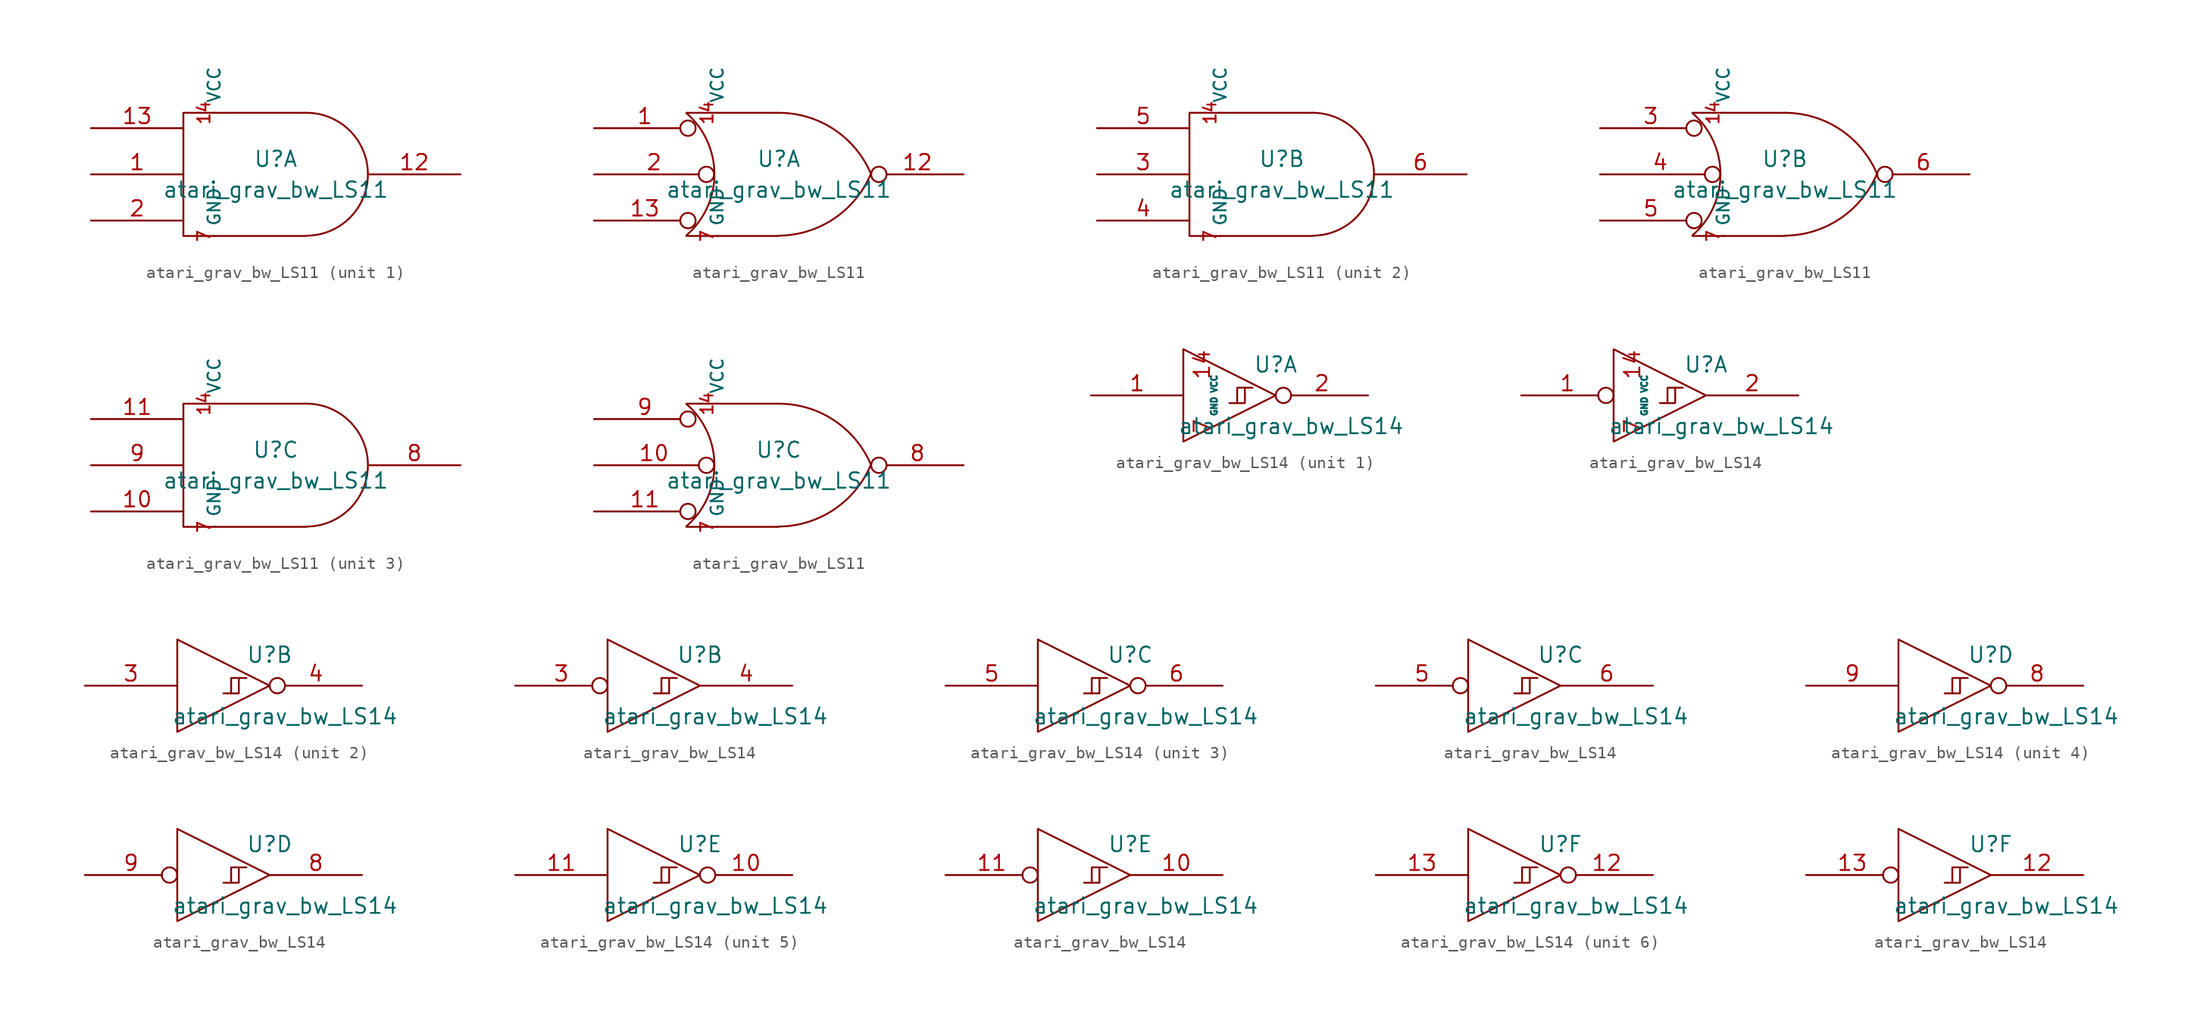
<source format=kicad_sym>
(kicad_symbol_lib
  (version 20211014)
  (generator kicad_symbol_editor)
  (symbol "atari_grav_bw_LS11"
    (pin_names
      (offset 0.762))
    (property "Reference" "U"
      (at 0 1.27 0)
      (effects (font (size 1.27 1.27))))
    (property "Value" "atari_grav_bw_LS11"
      (at 0 -1.27 0)
      (effects (font (size 1.27 1.27))))
    (symbol "atari_grav_bw_LS11_0_0"
      (pin power_in line (at -5.08 5.08 90) (length 0) (name "VCC" (effects (font (size 1.016 1.016)))) (number "14" (effects (font (size 1.016 1.016)))))
      (pin power_in line (at -5.08 -5.08 90) (length 0) (name "GND" (effects (font (size 1.016 1.016)))) (number "7" (effects (font (size 1.016 1.016))))))
    (symbol "atari_grav_bw_LS11_0_1"
      (polyline (pts (xy 2.54 5.08) (xy -7.62 5.08) (xy -7.62 -5.08) (xy 2.54 -5.08)) (stroke (width 0) (type default) (color 0 0 0 0)) (fill (type none)))
      (arc (start 2.5654 -5.0546) (mid 7.5947 0.0001) (end 2.5654 5.08) (stroke (width 0) (type default) (color 0 0 0 0)) (fill (type none))))
    (symbol "atari_grav_bw_LS11_0_2"
      (arc (start -7.62 -5.0292) (mid -5.3094 0.0082) (end -7.62 5.0546) (stroke (width 0.1524) (type default) (color 0 0 0 0)) (fill (type none)))
      (arc (start 0 -5.0546) (mid 4.5632 -3.6449) (end 7.5946 0.0508) (stroke (width 0.1524) (type default) (color 0 0 0 0)) (fill (type none)))
      (polyline (pts (xy -7.62 -5.08) (xy 0 -5.08)) (stroke (width 0.152) (type default) (color 0 0 0 0)) (fill (type none)))
      (polyline (pts (xy -7.62 5.08) (xy 0 5.08)) (stroke (width 0.152) (type default) (color 0 0 0 0)) (fill (type none)))
      (arc (start 7.62 0) (mid 4.5791 3.6936) (end 0 5.08) (stroke (width 0.1524) (type default) (color 0 0 0 0)) (fill (type none))))
    (symbol "atari_grav_bw_LS11_1_1"
      (pin input line (at -15.24 0 0) (length 7.62) (name "~" (effects (font (size 1.27 1.27)))) (number "1" (effects (font (size 1.27 1.27)))))
      (pin output line (at 15.24 0 180) (length 7.62) (name "~" (effects (font (size 1.27 1.27)))) (number "12" (effects (font (size 1.27 1.27)))))
      (pin input line (at -15.24 3.81 0) (length 7.62) (name "~" (effects (font (size 1.27 1.27)))) (number "13" (effects (font (size 1.27 1.27)))))
      (pin input line (at -15.24 -3.81 0) (length 7.62) (name "~" (effects (font (size 1.27 1.27)))) (number "2" (effects (font (size 1.27 1.27))))))
    (symbol "atari_grav_bw_LS11_1_2"
      (pin input inverted (at -15.24 3.81 0) (length 8.382) (name "~" (effects (font (size 1.27 1.27)))) (number "1" (effects (font (size 1.27 1.27)))))
      (pin output inverted (at 15.24 0 180) (length 7.62) (name "~" (effects (font (size 1.27 1.27)))) (number "12" (effects (font (size 1.27 1.27)))))
      (pin input inverted (at -15.24 -3.81 0) (length 8.382) (name "~" (effects (font (size 1.27 1.27)))) (number "13" (effects (font (size 1.27 1.27)))))
      (pin input inverted (at -15.24 0 0) (length 9.906) (name "~" (effects (font (size 1.27 1.27)))) (number "2" (effects (font (size 1.27 1.27))))))
    (symbol "atari_grav_bw_LS11_2_1"
      (pin input line (at -15.24 0 0) (length 7.62) (name "~" (effects (font (size 1.27 1.27)))) (number "3" (effects (font (size 1.27 1.27)))))
      (pin input line (at -15.24 -3.81 0) (length 7.62) (name "~" (effects (font (size 1.27 1.27)))) (number "4" (effects (font (size 1.27 1.27)))))
      (pin input line (at -15.24 3.81 0) (length 7.62) (name "~" (effects (font (size 1.27 1.27)))) (number "5" (effects (font (size 1.27 1.27)))))
      (pin output line (at 15.24 0 180) (length 7.62) (name "~" (effects (font (size 1.27 1.27)))) (number "6" (effects (font (size 1.27 1.27))))))
    (symbol "atari_grav_bw_LS11_2_2"
      (pin input inverted (at -15.24 3.81 0) (length 8.382) (name "~" (effects (font (size 1.27 1.27)))) (number "3" (effects (font (size 1.27 1.27)))))
      (pin input inverted (at -15.24 0 0) (length 9.906) (name "~" (effects (font (size 1.27 1.27)))) (number "4" (effects (font (size 1.27 1.27)))))
      (pin input inverted (at -15.24 -3.81 0) (length 8.382) (name "~" (effects (font (size 1.27 1.27)))) (number "5" (effects (font (size 1.27 1.27)))))
      (pin output inverted (at 15.24 0 180) (length 7.62) (name "~" (effects (font (size 1.27 1.27)))) (number "6" (effects (font (size 1.27 1.27))))))
    (symbol "atari_grav_bw_LS11_3_1"
      (pin input line (at -15.24 -3.81 0) (length 7.62) (name "~" (effects (font (size 1.27 1.27)))) (number "10" (effects (font (size 1.27 1.27)))))
      (pin input line (at -15.24 3.81 0) (length 7.62) (name "~" (effects (font (size 1.27 1.27)))) (number "11" (effects (font (size 1.27 1.27)))))
      (pin output line (at 15.24 0 180) (length 7.62) (name "~" (effects (font (size 1.27 1.27)))) (number "8" (effects (font (size 1.27 1.27)))))
      (pin input line (at -15.24 0 0) (length 7.62) (name "~" (effects (font (size 1.27 1.27)))) (number "9" (effects (font (size 1.27 1.27))))))
    (symbol "atari_grav_bw_LS11_3_2"
      (pin input inverted (at -15.24 0 0) (length 9.906) (name "~" (effects (font (size 1.27 1.27)))) (number "10" (effects (font (size 1.27 1.27)))))
      (pin input inverted (at -15.24 -3.81 0) (length 8.382) (name "~" (effects (font (size 1.27 1.27)))) (number "11" (effects (font (size 1.27 1.27)))))
      (pin output inverted (at 15.24 0 180) (length 7.62) (name "~" (effects (font (size 1.27 1.27)))) (number "8" (effects (font (size 1.27 1.27)))))
      (pin input inverted (at -15.24 3.81 0) (length 8.382) (name "~" (effects (font (size 1.27 1.27)))) (number "9" (effects (font (size 1.27 1.27)))))))
  (symbol "atari_grav_bw_LS14"
    (pin_names
      (offset 0.762))
    (property "Reference" "U"
      (at 3.81 2.54 0)
      (effects (font (size 1.27 1.27))))
    (property "Value" "atari_grav_bw_LS14"
      (at 5.08 -2.54 0)
      (effects (font (size 1.27 1.27))))
    (symbol "atari_grav_bw_LS14_0_0"
      (polyline (pts (xy -3.81 3.81) (xy -3.81 -3.81) (xy 3.81 0) (xy -3.81 3.81)) (stroke (width 0) (type default) (color 0 0 0 0)) (fill (type none))))
    (symbol "atari_grav_bw_LS14_0_1"
      (polyline (pts (xy 1.27 0.635) (xy 1.27 -0.635) (xy 0.635 -0.635)) (stroke (width 0) (type default) (color 0 0 0 0)) (fill (type none)))
      (polyline (pts (xy 1.905 0.635) (xy 0.635 0.635) (xy 0.635 -0.635) (xy 0 -0.635)) (stroke (width 0) (type default) (color 0 0 0 0)) (fill (type none))))
    (symbol "atari_grav_bw_LS14_0_2"
      (polyline (pts (xy 1.27 0.635) (xy 1.27 -0.635) (xy 0.635 -0.635)) (stroke (width 0) (type default) (color 0 0 0 0)) (fill (type none)))
      (polyline (pts (xy 1.905 0.635) (xy 0.635 0.635) (xy 0.635 -0.635) (xy 0 -0.635)) (stroke (width 0) (type default) (color 0 0 0 0)) (fill (type none))))
    (symbol "atari_grav_bw_LS14_1_0"
      (pin power_in line (at -1.27 2.54 270) (length 0) (name "VCC" (effects (font (size 0.508 0.508)))) (number "14" (effects (font (size 1.27 1.27)))))
      (pin power_in line (at -1.27 -2.54 90) (length 0) (name "GND" (effects (font (size 0.508 0.508)))) (number "7" (effects (font (size 1.27 1.27))))))
    (symbol "atari_grav_bw_LS14_1_1"
      (pin input line (at -11.43 0 0) (length 7.62) (name "~" (effects (font (size 1.27 1.27)))) (number "1" (effects (font (size 1.27 1.27)))))
      (pin output inverted (at 11.43 0 180) (length 7.62) (name "~" (effects (font (size 1.27 1.27)))) (number "2" (effects (font (size 1.27 1.27))))))
    (symbol "atari_grav_bw_LS14_1_2"
      (pin input inverted (at -11.43 0 0) (length 7.62) (name "~" (effects (font (size 1.27 1.27)))) (number "1" (effects (font (size 1.27 1.27)))))
      (pin output line (at 11.43 0 180) (length 7.62) (name "~" (effects (font (size 1.27 1.27)))) (number "2" (effects (font (size 1.27 1.27))))))
    (symbol "atari_grav_bw_LS14_2_1"
      (pin input line (at -11.43 0 0) (length 7.62) (name "~" (effects (font (size 1.27 1.27)))) (number "3" (effects (font (size 1.27 1.27)))))
      (pin output inverted (at 11.43 0 180) (length 7.62) (name "~" (effects (font (size 1.27 1.27)))) (number "4" (effects (font (size 1.27 1.27))))))
    (symbol "atari_grav_bw_LS14_2_2"
      (pin input inverted (at -11.43 0 0) (length 7.62) (name "~" (effects (font (size 1.27 1.27)))) (number "3" (effects (font (size 1.27 1.27)))))
      (pin output line (at 11.43 0 180) (length 7.62) (name "~" (effects (font (size 1.27 1.27)))) (number "4" (effects (font (size 1.27 1.27))))))
    (symbol "atari_grav_bw_LS14_3_1"
      (pin input line (at -11.43 0 0) (length 7.62) (name "~" (effects (font (size 1.27 1.27)))) (number "5" (effects (font (size 1.27 1.27)))))
      (pin output inverted (at 11.43 0 180) (length 7.62) (name "~" (effects (font (size 1.27 1.27)))) (number "6" (effects (font (size 1.27 1.27))))))
    (symbol "atari_grav_bw_LS14_3_2"
      (pin input inverted (at -11.43 0 0) (length 7.62) (name "~" (effects (font (size 1.27 1.27)))) (number "5" (effects (font (size 1.27 1.27)))))
      (pin output line (at 11.43 0 180) (length 7.62) (name "~" (effects (font (size 1.27 1.27)))) (number "6" (effects (font (size 1.27 1.27))))))
    (symbol "atari_grav_bw_LS14_4_1"
      (pin output inverted (at 11.43 0 180) (length 7.62) (name "~" (effects (font (size 1.27 1.27)))) (number "8" (effects (font (size 1.27 1.27)))))
      (pin input line (at -11.43 0 0) (length 7.62) (name "~" (effects (font (size 1.27 1.27)))) (number "9" (effects (font (size 1.27 1.27))))))
    (symbol "atari_grav_bw_LS14_4_2"
      (pin output line (at 11.43 0 180) (length 7.62) (name "~" (effects (font (size 1.27 1.27)))) (number "8" (effects (font (size 1.27 1.27)))))
      (pin input inverted (at -11.43 0 0) (length 7.62) (name "~" (effects (font (size 1.27 1.27)))) (number "9" (effects (font (size 1.27 1.27))))))
    (symbol "atari_grav_bw_LS14_5_1"
      (pin output inverted (at 11.43 0 180) (length 7.62) (name "~" (effects (font (size 1.27 1.27)))) (number "10" (effects (font (size 1.27 1.27)))))
      (pin input line (at -11.43 0 0) (length 7.62) (name "~" (effects (font (size 1.27 1.27)))) (number "11" (effects (font (size 1.27 1.27))))))
    (symbol "atari_grav_bw_LS14_5_2"
      (pin output line (at 11.43 0 180) (length 7.62) (name "~" (effects (font (size 1.27 1.27)))) (number "10" (effects (font (size 1.27 1.27)))))
      (pin input inverted (at -11.43 0 0) (length 7.62) (name "~" (effects (font (size 1.27 1.27)))) (number "11" (effects (font (size 1.27 1.27))))))
    (symbol "atari_grav_bw_LS14_6_1"
      (pin output inverted (at 11.43 0 180) (length 7.62) (name "~" (effects (font (size 1.27 1.27)))) (number "12" (effects (font (size 1.27 1.27)))))
      (pin input line (at -11.43 0 0) (length 7.62) (name "~" (effects (font (size 1.27 1.27)))) (number "13" (effects (font (size 1.27 1.27))))))
    (symbol "atari_grav_bw_LS14_6_2"
      (pin output line (at 11.43 0 180) (length 7.62) (name "~" (effects (font (size 1.27 1.27)))) (number "12" (effects (font (size 1.27 1.27)))))
      (pin input inverted (at -11.43 0 0) (length 7.62) (name "~" (effects (font (size 1.27 1.27)))) (number "13" (effects (font (size 1.27 1.27))))))))
</source>
